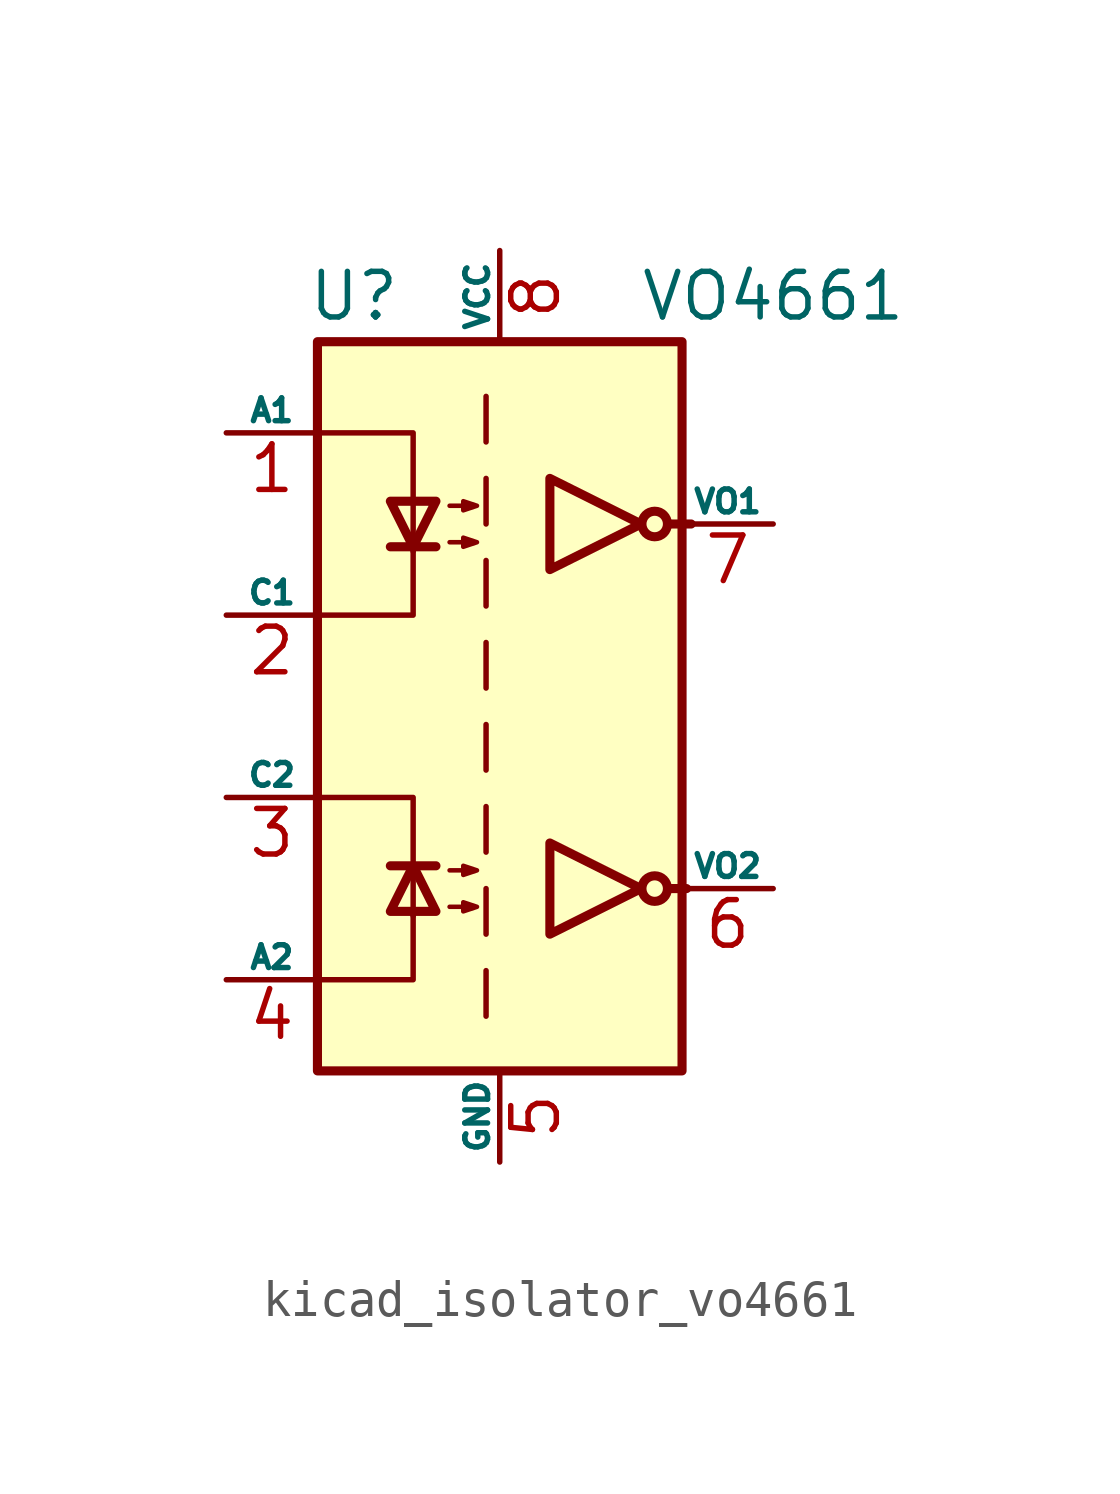
<source format=kicad_sym>
(kicad_symbol_lib
  (version 20220914)
  (generator kicad_symbol_editor)
  (symbol "kicad_isolator_vo4661"
    (pin_names
      (offset 0))
    (property "Reference" "U"
      (at -4.064 11.43 0)
      (effects (font (size 1.27 1.27))))
    (property "Value" "VO4661"
      (at 7.62 11.43 0)
      (effects (font (size 1.27 1.27))))
    (symbol "kicad_isolator_vo4661_1_1"
      (rectangle (start -5.08 10.16) (end 5.08 -10.16) (stroke (width 0.254) (type default)) (fill (type background)))
      (polyline (pts (xy -3.048 -4.445) (xy -1.778 -4.445)) (stroke (width 0.254) (type default)) (fill (type none)))
      (polyline (pts (xy -3.048 4.445) (xy -1.778 4.445)) (stroke (width 0.254) (type default)) (fill (type none)))
      (polyline (pts (xy -0.381 -7.366) (xy -0.381 -8.636)) (stroke (width 0) (type default)) (fill (type none)))
      (polyline (pts (xy -0.381 -5.08) (xy -0.381 -6.35)) (stroke (width 0) (type default)) (fill (type none)))
      (polyline (pts (xy -0.381 -2.794) (xy -0.381 -4.064)) (stroke (width 0) (type default)) (fill (type none)))
      (polyline (pts (xy -0.381 -0.508) (xy -0.381 -1.778)) (stroke (width 0) (type default)) (fill (type none)))
      (polyline (pts (xy -0.381 1.778) (xy -0.381 0.508)) (stroke (width 0) (type default)) (fill (type none)))
      (polyline (pts (xy -0.381 4.064) (xy -0.381 2.794)) (stroke (width 0) (type default)) (fill (type none)))
      (polyline (pts (xy -0.381 6.35) (xy -0.381 5.08)) (stroke (width 0) (type default)) (fill (type none)))
      (polyline (pts (xy -0.381 8.636) (xy -0.381 7.366)) (stroke (width 0) (type default)) (fill (type none)))
      (polyline (pts (xy 4.699 -5.08) (xy 5.207 -5.08)) (stroke (width 0.254) (type default)) (fill (type none)))
      (polyline (pts (xy 4.699 5.08) (xy 5.334 5.08)) (stroke (width 0.254) (type default)) (fill (type none)))
      (polyline (pts (xy -4.953 -7.62) (xy -2.413 -7.62) (xy -2.413 -5.715)) (stroke (width 0) (type default)) (fill (type none)))
      (polyline (pts (xy -4.953 7.62) (xy -2.413 7.62) (xy -2.413 4.318)) (stroke (width 0) (type default)) (fill (type none)))
      (polyline (pts (xy -2.413 -5.842) (xy -2.413 -2.54) (xy -4.953 -2.54)) (stroke (width 0) (type default)) (fill (type none)))
      (polyline (pts (xy -2.413 4.445) (xy -2.413 2.54) (xy -4.953 2.54)) (stroke (width 0) (type default)) (fill (type none)))
      (polyline (pts (xy -2.413 -4.445) (xy -3.048 -5.715) (xy -1.778 -5.715) (xy -2.413 -4.445)) (stroke (width 0.254) (type default)) (fill (type none)))
      (polyline (pts (xy -2.413 4.445) (xy -3.048 5.715) (xy -1.778 5.715) (xy -2.413 4.445)) (stroke (width 0.254) (type default)) (fill (type none)))
      (polyline (pts (xy 3.937 -5.08) (xy 1.397 -3.81) (xy 1.397 -6.35) (xy 3.937 -5.08)) (stroke (width 0.254) (type default)) (fill (type none)))
      (polyline (pts (xy 3.937 5.08) (xy 1.397 6.35) (xy 1.397 3.81) (xy 3.937 5.08)) (stroke (width 0.254) (type default)) (fill (type none)))
      (polyline (pts (xy -1.397 -5.588) (xy -0.635 -5.588) (xy -1.016 -5.715) (xy -1.016 -5.461) (xy -0.635 -5.588)) (stroke (width 0.127) (type default)) (fill (type none)))
      (polyline (pts (xy -1.397 -4.572) (xy -0.635 -4.572) (xy -1.016 -4.699) (xy -1.016 -4.445) (xy -0.635 -4.572)) (stroke (width 0.127) (type default)) (fill (type none)))
      (polyline (pts (xy -1.397 4.572) (xy -0.635 4.572) (xy -1.016 4.445) (xy -1.016 4.699) (xy -0.635 4.572)) (stroke (width 0.127) (type default)) (fill (type none)))
      (polyline (pts (xy -1.397 5.588) (xy -0.635 5.588) (xy -1.016 5.461) (xy -1.016 5.715) (xy -0.635 5.588)) (stroke (width 0.127) (type default)) (fill (type none)))
      (circle (center 4.318 -5.08) (radius 0.356) (stroke (width 0.254) (type default)) (fill (type none)))
      (circle (center 4.318 5.08) (radius 0.356) (stroke (width 0.254) (type default)) (fill (type none)))
      (pin passive line (at -7.62 7.62 0) (length 2.54) (name "A1" (effects (font (size 0.635 0.635)))) (number "1" (effects (font (size 1.27 1.27)))))
      (pin passive line (at -7.62 2.54 0) (length 2.54) (name "C1" (effects (font (size 0.635 0.635)))) (number "2" (effects (font (size 1.27 1.27)))))
      (pin passive line (at -7.62 -2.54 0) (length 2.54) (name "C2" (effects (font (size 0.635 0.635)))) (number "3" (effects (font (size 1.27 1.27)))))
      (pin passive line (at -7.62 -7.62 0) (length 2.54) (name "A2" (effects (font (size 0.635 0.635)))) (number "4" (effects (font (size 1.27 1.27)))))
      (pin power_in line (at 0 -12.7 90) (length 2.54) (name "GND" (effects (font (size 0.635 0.635)))) (number "5" (effects (font (size 1.27 1.27)))))
      (pin open_collector line (at 7.62 -5.08 180) (length 2.54) (name "VO2" (effects (font (size 0.635 0.635)))) (number "6" (effects (font (size 1.27 1.27)))))
      (pin open_collector line (at 7.62 5.08 180) (length 2.54) (name "VO1" (effects (font (size 0.635 0.635)))) (number "7" (effects (font (size 1.27 1.27)))))
      (pin power_in line (at 0 12.7 270) (length 2.54) (name "VCC" (effects (font (size 0.635 0.635)))) (number "8" (effects (font (size 1.27 1.27))))))))
</source>
